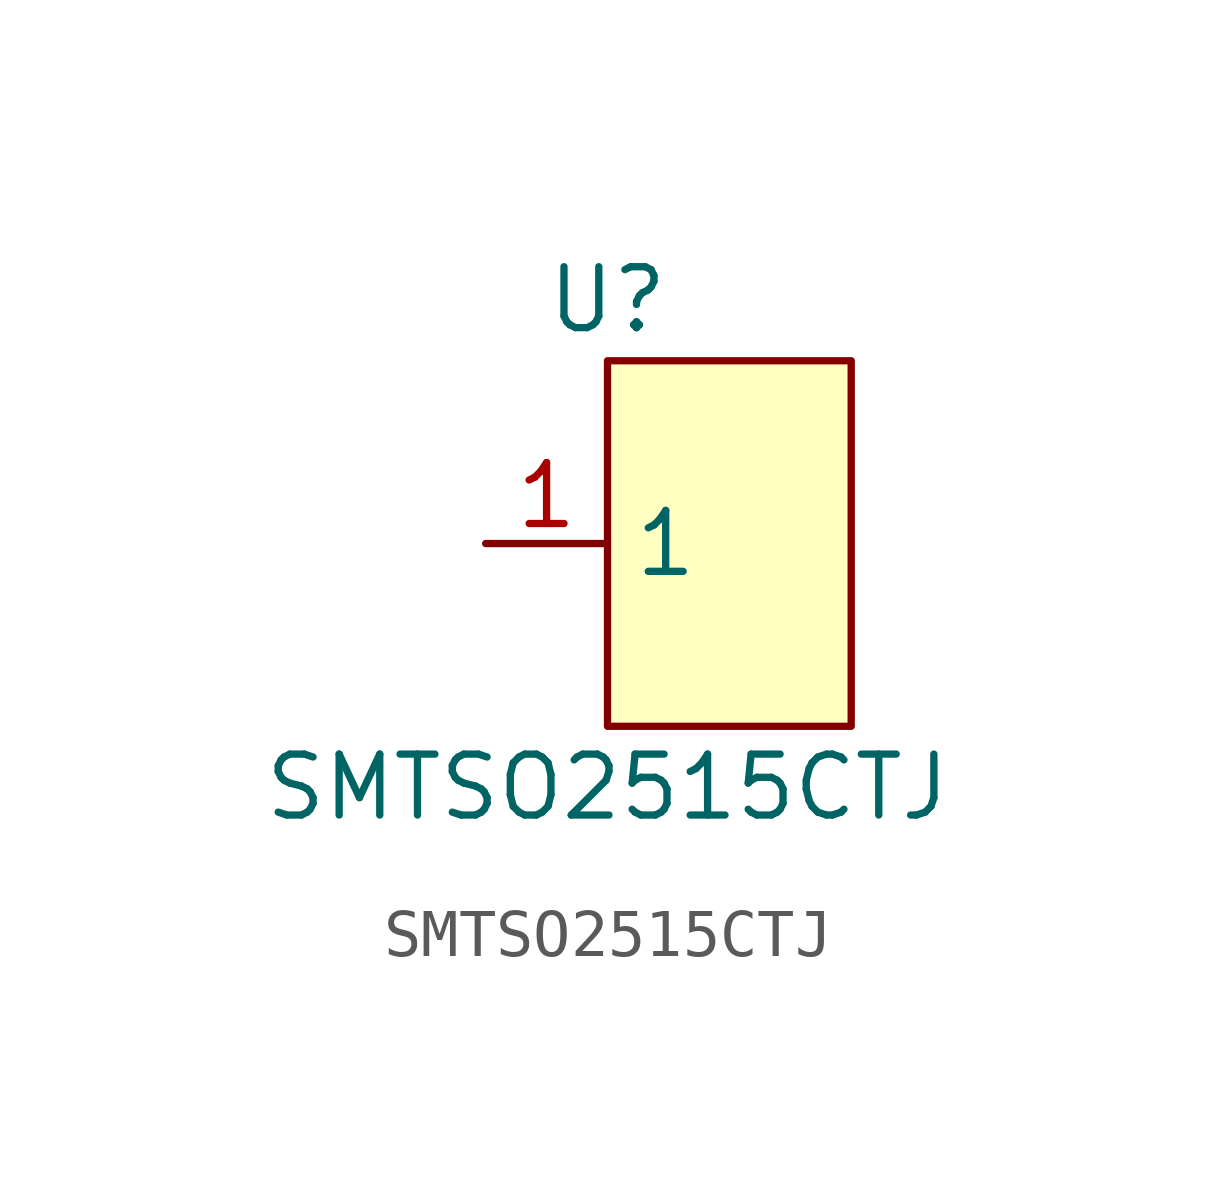
<source format=kicad_sym>
(kicad_symbol_lib
  (version 20211014)
  (generator https://github.com/uPesy/easyeda2kicad.py)
  (symbol "SMTSO2515CTJ"
    (property "Reference" "U"
      (at 0 5.08 0)
      (effects (font (size 1.27 1.27))))
    (property "Value" "SMTSO2515CTJ"
      (at 0 -5.08 0)
      (effects (font (size 1.27 1.27))))
    (symbol "SMTSO2515CTJ_0_1"
      (rectangle (start 0.00 3.81) (end 5.08 -3.81) (stroke (width 0) (type default) (color 0 0 0 0)) (fill (type background)))
      (pin unspecified line (at -2.54 -0.00 0) (length 2.54) (name "1" (effects (font (size 1.27 1.27)))) (number "1" (effects (font (size 1.27 1.27))))))))
</source>
